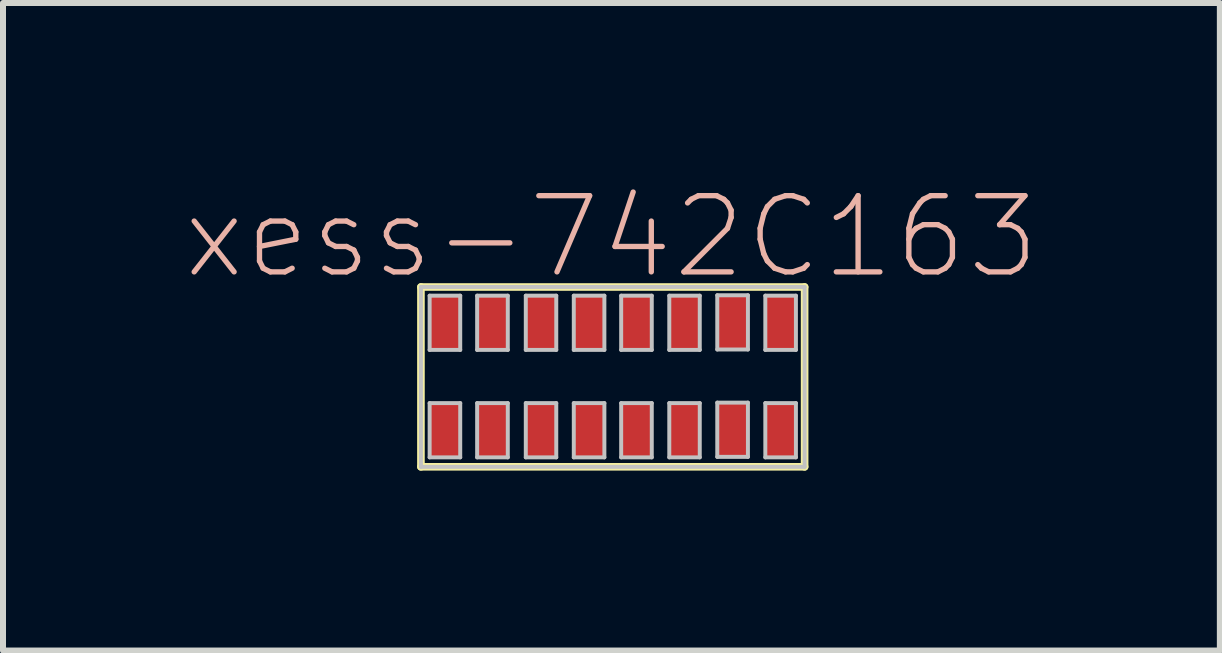
<source format=kicad_pcb>
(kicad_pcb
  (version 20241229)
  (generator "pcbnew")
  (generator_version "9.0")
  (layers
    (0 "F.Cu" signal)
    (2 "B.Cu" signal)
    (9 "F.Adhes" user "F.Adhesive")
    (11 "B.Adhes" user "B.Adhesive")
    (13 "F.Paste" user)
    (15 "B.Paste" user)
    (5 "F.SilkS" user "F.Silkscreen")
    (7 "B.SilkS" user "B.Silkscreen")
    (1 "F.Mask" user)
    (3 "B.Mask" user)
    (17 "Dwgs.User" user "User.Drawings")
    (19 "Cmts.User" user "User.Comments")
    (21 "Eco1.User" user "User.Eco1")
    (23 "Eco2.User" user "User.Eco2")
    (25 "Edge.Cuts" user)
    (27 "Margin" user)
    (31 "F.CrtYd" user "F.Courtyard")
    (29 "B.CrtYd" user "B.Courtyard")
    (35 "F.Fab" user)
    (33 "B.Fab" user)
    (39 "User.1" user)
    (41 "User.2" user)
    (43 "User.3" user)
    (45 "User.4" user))
  (footprint "xess-742C163"
    (layer "F.Cu")
    (at 7.165 3.233)
    (property "Reference" "xess-742C163" (at -0.023 -2.334 0) (layer "B.SilkS") (effects (font (size 1.27 1.27) (thickness 0.089))))
    (attr smd)
    (fp_line (start -3.198 -1.499) (end 3.198 -1.499) (stroke (width 0.127) (type solid)) (layer "F.SilkS"))
    (fp_line (start -3.198 1.499) (end -3.198 -1.499) (stroke (width 0.127) (type solid)) (layer "F.SilkS"))
    (fp_line (start 3.198 -1.499) (end 3.198 1.499) (stroke (width 0.127) (type solid)) (layer "F.SilkS"))
    (fp_line (start 3.198 1.499) (end -3.198 1.499) (stroke (width 0.127) (type solid)) (layer "F.SilkS"))
    (fp_line (start -3.198 -1.499) (end 3.198 -1.499) (stroke (width 0.066) (type solid)) (layer "Dwgs.User"))
    (fp_line (start -3.198 1.499) (end -3.198 -1.499) (stroke (width 0.066) (type solid)) (layer "Dwgs.User"))
    (fp_line (start -3.198 1.499) (end 3.198 1.499) (stroke (width 0.066) (type solid)) (layer "Dwgs.User"))
    (fp_line (start -3.053 -1.354) (end -2.543 -1.354) (stroke (width 0.066) (type solid)) (layer "Dwgs.User"))
    (fp_line (start -3.053 -0.45) (end -3.053 -1.354) (stroke (width 0.066) (type solid)) (layer "Dwgs.User"))
    (fp_line (start -3.053 -0.45) (end -2.543 -0.45) (stroke (width 0.066) (type solid)) (layer "Dwgs.User"))
    (fp_line (start -3.053 0.437) (end -2.543 0.437) (stroke (width 0.066) (type solid)) (layer "Dwgs.User"))
    (fp_line (start -3.053 1.341) (end -3.053 0.437) (stroke (width 0.066) (type solid)) (layer "Dwgs.User"))
    (fp_line (start -3.053 1.341) (end -2.543 1.341) (stroke (width 0.066) (type solid)) (layer "Dwgs.User"))
    (fp_line (start -2.543 -0.45) (end -2.543 -1.354) (stroke (width 0.066) (type solid)) (layer "Dwgs.User"))
    (fp_line (start -2.543 1.341) (end -2.543 0.437) (stroke (width 0.066) (type solid)) (layer "Dwgs.User"))
    (fp_line (start -2.261 -1.354) (end -1.75 -1.354) (stroke (width 0.066) (type solid)) (layer "Dwgs.User"))
    (fp_line (start -2.261 -0.45) (end -2.261 -1.354) (stroke (width 0.066) (type solid)) (layer "Dwgs.User"))
    (fp_line (start -2.261 -0.45) (end -1.75 -0.45) (stroke (width 0.066) (type solid)) (layer "Dwgs.User"))
    (fp_line (start -2.261 0.437) (end -1.75 0.437) (stroke (width 0.066) (type solid)) (layer "Dwgs.User"))
    (fp_line (start -2.261 1.341) (end -2.261 0.437) (stroke (width 0.066) (type solid)) (layer "Dwgs.User"))
    (fp_line (start -2.261 1.341) (end -1.75 1.341) (stroke (width 0.066) (type solid)) (layer "Dwgs.User"))
    (fp_line (start -1.75 -0.45) (end -1.75 -1.354) (stroke (width 0.066) (type solid)) (layer "Dwgs.User"))
    (fp_line (start -1.75 1.341) (end -1.75 0.437) (stroke (width 0.066) (type solid)) (layer "Dwgs.User"))
    (fp_line (start -1.45 -1.354) (end -0.942 -1.354) (stroke (width 0.066) (type solid)) (layer "Dwgs.User"))
    (fp_line (start -1.45 -0.45) (end -1.45 -1.354) (stroke (width 0.066) (type solid)) (layer "Dwgs.User"))
    (fp_line (start -1.45 -0.45) (end -0.942 -0.45) (stroke (width 0.066) (type solid)) (layer "Dwgs.User"))
    (fp_line (start -1.45 0.437) (end -0.942 0.437) (stroke (width 0.066) (type solid)) (layer "Dwgs.User"))
    (fp_line (start -1.45 1.341) (end -1.45 0.437) (stroke (width 0.066) (type solid)) (layer "Dwgs.User"))
    (fp_line (start -1.45 1.341) (end -0.942 1.341) (stroke (width 0.066) (type solid)) (layer "Dwgs.User"))
    (fp_line (start -0.942 -0.45) (end -0.942 -1.354) (stroke (width 0.066) (type solid)) (layer "Dwgs.User"))
    (fp_line (start -0.942 1.341) (end -0.942 0.437) (stroke (width 0.066) (type solid)) (layer "Dwgs.User"))
    (fp_line (start -0.65 -1.354) (end -0.14 -1.354) (stroke (width 0.066) (type solid)) (layer "Dwgs.User"))
    (fp_line (start -0.65 -0.45) (end -0.65 -1.354) (stroke (width 0.066) (type solid)) (layer "Dwgs.User"))
    (fp_line (start -0.65 -0.45) (end -0.14 -0.45) (stroke (width 0.066) (type solid)) (layer "Dwgs.User"))
    (fp_line (start -0.65 0.437) (end -0.14 0.437) (stroke (width 0.066) (type solid)) (layer "Dwgs.User"))
    (fp_line (start -0.65 1.341) (end -0.65 0.437) (stroke (width 0.066) (type solid)) (layer "Dwgs.User"))
    (fp_line (start -0.65 1.341) (end -0.14 1.341) (stroke (width 0.066) (type solid)) (layer "Dwgs.User"))
    (fp_line (start -0.14 -0.45) (end -0.14 -1.354) (stroke (width 0.066) (type solid)) (layer "Dwgs.User"))
    (fp_line (start -0.14 1.341) (end -0.14 0.437) (stroke (width 0.066) (type solid)) (layer "Dwgs.User"))
    (fp_line (start 0.14 -1.354) (end 0.65 -1.354) (stroke (width 0.066) (type solid)) (layer "Dwgs.User"))
    (fp_line (start 0.14 -0.45) (end 0.14 -1.354) (stroke (width 0.066) (type solid)) (layer "Dwgs.User"))
    (fp_line (start 0.14 -0.45) (end 0.65 -0.45) (stroke (width 0.066) (type solid)) (layer "Dwgs.User"))
    (fp_line (start 0.14 0.437) (end 0.65 0.437) (stroke (width 0.066) (type solid)) (layer "Dwgs.User"))
    (fp_line (start 0.14 1.341) (end 0.14 0.437) (stroke (width 0.066) (type solid)) (layer "Dwgs.User"))
    (fp_line (start 0.14 1.341) (end 0.65 1.341) (stroke (width 0.066) (type solid)) (layer "Dwgs.User"))
    (fp_line (start 0.65 -0.45) (end 0.65 -1.354) (stroke (width 0.066) (type solid)) (layer "Dwgs.User"))
    (fp_line (start 0.65 1.341) (end 0.65 0.437) (stroke (width 0.066) (type solid)) (layer "Dwgs.User"))
    (fp_line (start 0.942 -1.354) (end 1.45 -1.354) (stroke (width 0.066) (type solid)) (layer "Dwgs.User"))
    (fp_line (start 0.942 -0.45) (end 0.942 -1.354) (stroke (width 0.066) (type solid)) (layer "Dwgs.User"))
    (fp_line (start 0.942 -0.45) (end 1.45 -0.45) (stroke (width 0.066) (type solid)) (layer "Dwgs.User"))
    (fp_line (start 0.942 0.437) (end 1.45 0.437) (stroke (width 0.066) (type solid)) (layer "Dwgs.User"))
    (fp_line (start 0.942 1.341) (end 0.942 0.437) (stroke (width 0.066) (type solid)) (layer "Dwgs.User"))
    (fp_line (start 0.942 1.341) (end 1.45 1.341) (stroke (width 0.066) (type solid)) (layer "Dwgs.User"))
    (fp_line (start 1.45 -0.45) (end 1.45 -1.354) (stroke (width 0.066) (type solid)) (layer "Dwgs.User"))
    (fp_line (start 1.45 1.341) (end 1.45 0.437) (stroke (width 0.066) (type solid)) (layer "Dwgs.User"))
    (fp_line (start 1.742 -1.361) (end 2.253 -1.361) (stroke (width 0.066) (type solid)) (layer "Dwgs.User"))
    (fp_line (start 1.742 -0.457) (end 1.742 -1.361) (stroke (width 0.066) (type solid)) (layer "Dwgs.User"))
    (fp_line (start 1.742 -0.457) (end 2.253 -0.457) (stroke (width 0.066) (type solid)) (layer "Dwgs.User"))
    (fp_line (start 1.742 0.429) (end 2.253 0.429) (stroke (width 0.066) (type solid)) (layer "Dwgs.User"))
    (fp_line (start 1.742 1.333) (end 1.742 0.429) (stroke (width 0.066) (type solid)) (layer "Dwgs.User"))
    (fp_line (start 1.742 1.333) (end 2.253 1.333) (stroke (width 0.066) (type solid)) (layer "Dwgs.User"))
    (fp_line (start 2.253 -0.457) (end 2.253 -1.361) (stroke (width 0.066) (type solid)) (layer "Dwgs.User"))
    (fp_line (start 2.253 1.333) (end 2.253 0.429) (stroke (width 0.066) (type solid)) (layer "Dwgs.User"))
    (fp_line (start 2.543 -1.354) (end 3.053 -1.354) (stroke (width 0.066) (type solid)) (layer "Dwgs.User"))
    (fp_line (start 2.543 -0.45) (end 2.543 -1.354) (stroke (width 0.066) (type solid)) (layer "Dwgs.User"))
    (fp_line (start 2.543 -0.45) (end 3.053 -0.45) (stroke (width 0.066) (type solid)) (layer "Dwgs.User"))
    (fp_line (start 2.543 0.437) (end 3.053 0.437) (stroke (width 0.066) (type solid)) (layer "Dwgs.User"))
    (fp_line (start 2.543 1.341) (end 2.543 0.437) (stroke (width 0.066) (type solid)) (layer "Dwgs.User"))
    (fp_line (start 2.543 1.341) (end 3.053 1.341) (stroke (width 0.066) (type solid)) (layer "Dwgs.User"))
    (fp_line (start 3.053 -0.45) (end 3.053 -1.354) (stroke (width 0.066) (type solid)) (layer "Dwgs.User"))
    (fp_line (start 3.053 1.341) (end 3.053 0.437) (stroke (width 0.066) (type solid)) (layer "Dwgs.User"))
    (fp_line (start 3.198 1.499) (end 3.198 -1.499) (stroke (width 0.066) (type solid)) (layer "Dwgs.User"))
    (pad "1" smd rect (at -2.799 0.899) (size 0.498 0.899) (layers "F.Cu" "F.Mask" "F.Paste"))
    (pad "2" smd rect (at -1.999 0.899) (size 0.498 0.899) (layers "F.Cu" "F.Mask" "F.Paste"))
    (pad "3" smd rect (at -1.199 0.899) (size 0.498 0.899) (layers "F.Cu" "F.Mask" "F.Paste"))
    (pad "4" smd rect (at -0.399 0.899) (size 0.498 0.899) (layers "F.Cu" "F.Mask" "F.Paste"))
    (pad "5" smd rect (at 0.399 0.899) (size 0.498 0.899) (layers "F.Cu" "F.Mask" "F.Paste"))
    (pad "6" smd rect (at 1.199 0.899) (size 0.498 0.899) (layers "F.Cu" "F.Mask" "F.Paste"))
    (pad "7" smd rect (at 1.999 0.899) (size 0.498 0.899) (layers "F.Cu" "F.Mask" "F.Paste"))
    (pad "8" smd rect (at 2.799 0.899) (size 0.498 0.899) (layers "F.Cu" "F.Mask" "F.Paste"))
    (pad "9" smd rect (at 2.799 -0.899) (size 0.498 0.899) (layers "F.Cu" "F.Mask" "F.Paste"))
    (pad "10" smd rect (at 1.999 -0.899) (size 0.498 0.899) (layers "F.Cu" "F.Mask" "F.Paste"))
    (pad "11" smd rect (at 1.199 -0.899) (size 0.498 0.899) (layers "F.Cu" "F.Mask" "F.Paste"))
    (pad "12" smd rect (at 0.399 -0.899) (size 0.498 0.899) (layers "F.Cu" "F.Mask" "F.Paste"))
    (pad "13" smd rect (at -0.399 -0.899) (size 0.498 0.899) (layers "F.Cu" "F.Mask" "F.Paste"))
    (pad "14" smd rect (at -1.199 -0.899) (size 0.498 0.899) (layers "F.Cu" "F.Mask" "F.Paste"))
    (pad "15" smd rect (at -1.999 -0.899) (size 0.498 0.899) (layers "F.Cu" "F.Mask" "F.Paste"))
    (pad "16" smd rect (at -2.799 -0.899) (size 0.498 0.899) (layers "F.Cu" "F.Mask" "F.Paste")))
  (gr_rect
    (start -3 -3)
    (end 17.285 7.795)
    (stroke (width 0.1) (type default))
    (fill no)
    (layer "Edge.Cuts")))
</source>
